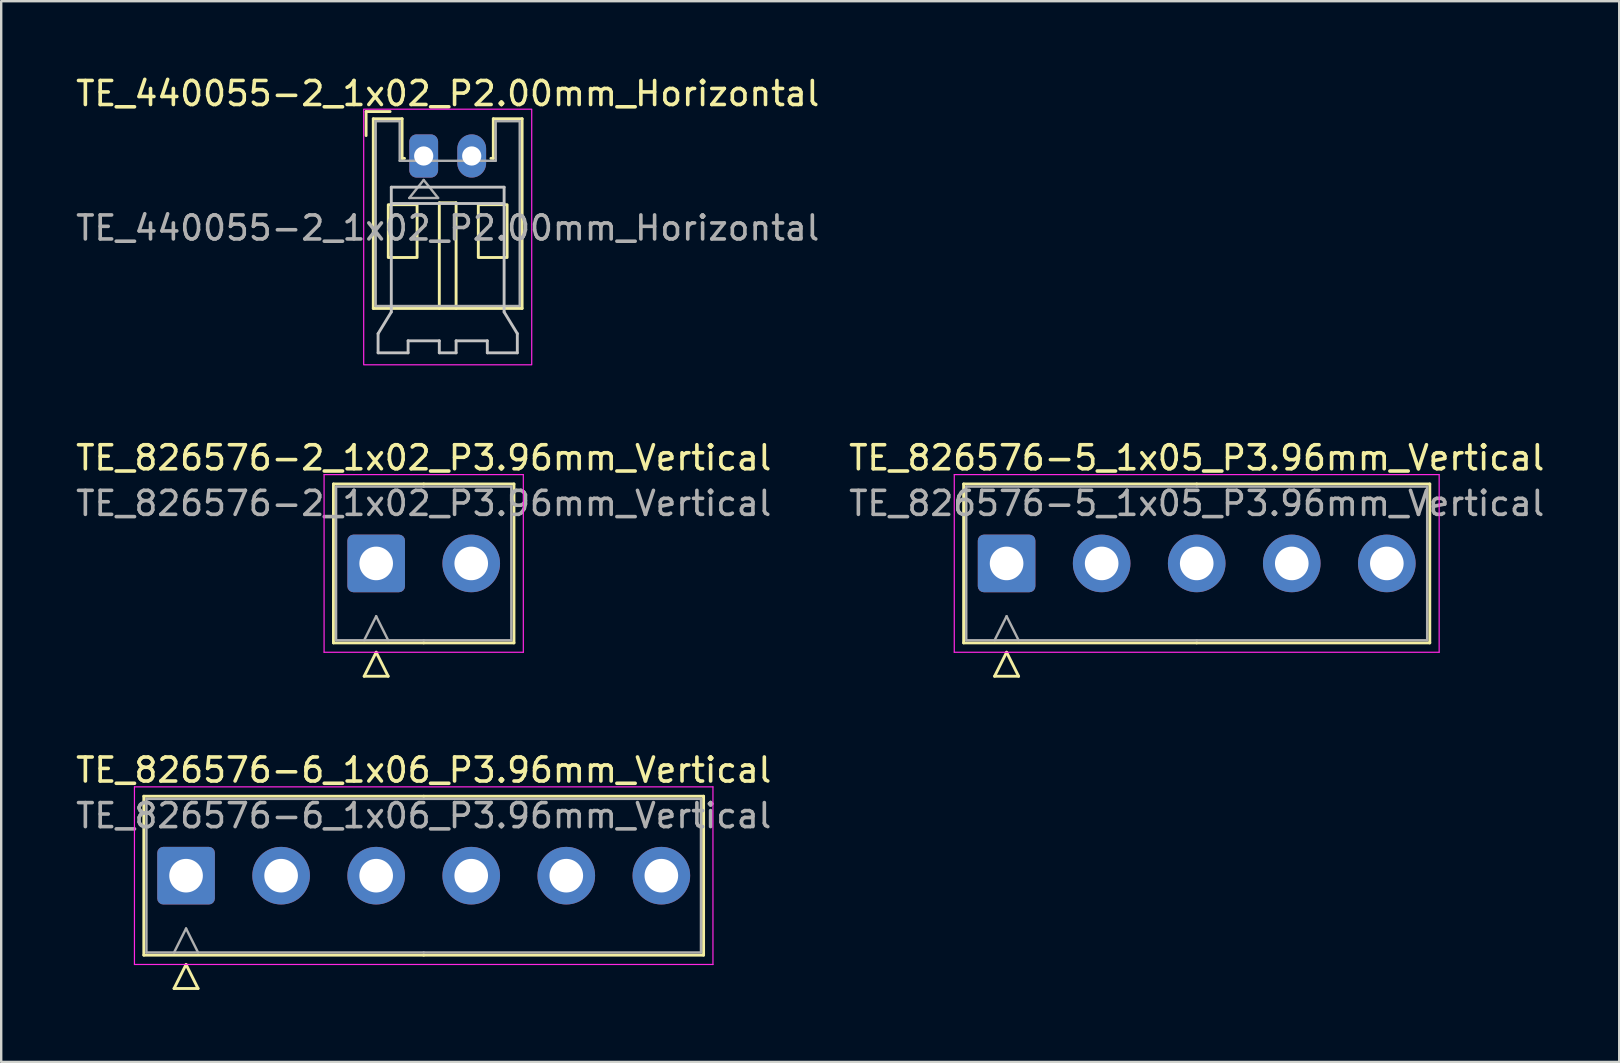
<source format=kicad_pcb>
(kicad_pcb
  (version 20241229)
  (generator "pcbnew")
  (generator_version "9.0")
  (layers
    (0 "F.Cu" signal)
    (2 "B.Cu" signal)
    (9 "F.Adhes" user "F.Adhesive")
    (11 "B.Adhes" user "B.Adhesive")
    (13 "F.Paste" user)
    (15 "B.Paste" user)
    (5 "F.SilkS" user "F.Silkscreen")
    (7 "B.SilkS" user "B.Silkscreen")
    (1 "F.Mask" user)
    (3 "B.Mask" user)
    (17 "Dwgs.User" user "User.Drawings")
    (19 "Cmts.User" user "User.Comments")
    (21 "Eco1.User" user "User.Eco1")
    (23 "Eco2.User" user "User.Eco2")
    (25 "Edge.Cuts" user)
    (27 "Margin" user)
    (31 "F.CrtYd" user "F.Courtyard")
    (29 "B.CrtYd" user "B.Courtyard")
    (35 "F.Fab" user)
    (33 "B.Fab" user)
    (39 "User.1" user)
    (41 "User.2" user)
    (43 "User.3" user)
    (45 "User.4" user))
  (footprint "TE_440055-2_1x02_P2.00mm_Horizontal"
    (layer "F.Cu")
    (at 14.601 3.448)
    (property "Reference" "TE_440055-2_1x02_P2.00mm_Horizontal" (at 1 -2.6 0) (unlocked yes) (layer "F.SilkS") (effects (font (size 1 1) (thickness 0.15))))
    (attr through_hole)
    (fp_line (start -2.4 -1.85) (end -2.4 -0.85) (stroke (width 0.12) (type solid)) (layer "F.SilkS"))
    (fp_line (start -2.4 -1.85) (end -1.4 -1.85) (stroke (width 0.12) (type solid)) (layer "F.SilkS"))
    (fp_line (start -2.1 -1.55) (end -2.1 6.35) (stroke (width 0.12) (type solid)) (layer "F.SilkS"))
    (fp_line (start -2.1 6.35) (end 4.1 6.35) (stroke (width 0.12) (type solid)) (layer "F.SilkS"))
    (fp_line (start -0.9 -1.55) (end -2.1 -1.55) (stroke (width 0.12) (type solid)) (layer "F.SilkS"))
    (fp_line (start -0.9 0.1) (end -0.9 -1.55) (stroke (width 0.12) (type solid)) (layer "F.SilkS"))
    (fp_line (start -0.8 0.1) (end -0.9 0.1) (stroke (width 0.12) (type solid)) (layer "F.SilkS"))
    (fp_line (start 0.65 1.95) (end 0.65 6.35) (stroke (width 0.12) (type solid)) (layer "F.SilkS"))
    (fp_line (start 0.65 1.95) (end 1.35 1.95) (stroke (width 0.12) (type solid)) (layer "F.SilkS"))
    (fp_line (start 1.35 1.95) (end 1.35 6.35) (stroke (width 0.12) (type solid)) (layer "F.SilkS"))
    (fp_line (start 2.9 -1.55) (end 2.9 0.1) (stroke (width 0.12) (type solid)) (layer "F.SilkS"))
    (fp_line (start 2.9 0.1) (end 2.8 0.1) (stroke (width 0.12) (type solid)) (layer "F.SilkS"))
    (fp_line (start 4.1 -1.55) (end 2.9 -1.55) (stroke (width 0.12) (type solid)) (layer "F.SilkS"))
    (fp_line (start 4.1 6.35) (end 4.1 -1.55) (stroke (width 0.12) (type solid)) (layer "F.SilkS"))
    (fp_rect (start -1.475 2.03) (end -0.275 4.23) (stroke (width 0.12) (type solid)) (fill no) (layer "F.SilkS"))
    (fp_rect (start 2.275 2.03) (end 3.475 4.23) (stroke (width 0.12) (type solid)) (fill no) (layer "F.SilkS"))
    (fp_line (start -1.9 7.4) (end -1.9 8.2) (stroke (width 0.12) (type solid)) (layer "Dwgs.User"))
    (fp_line (start -1.9 8.2) (end -0.65 8.2) (stroke (width 0.12) (type solid)) (layer "Dwgs.User"))
    (fp_line (start -1.35 1.3) (end 3.35 1.3) (stroke (width 0.12) (type solid)) (layer "Dwgs.User"))
    (fp_line (start -1.35 1.98) (end 3.35 1.98) (stroke (width 0.12) (type solid)) (layer "Dwgs.User"))
    (fp_line (start -1.35 6.5) (end -1.9 7.4) (stroke (width 0.12) (type solid)) (layer "Dwgs.User"))
    (fp_line (start -1.35 6.5) (end -1.35 1.3) (stroke (width 0.12) (type solid)) (layer "Dwgs.User"))
    (fp_line (start -0.65 8.2) (end -0.65 7.7) (stroke (width 0.12) (type solid)) (layer "Dwgs.User"))
    (fp_line (start 0.65 7.7) (end -0.65 7.7) (stroke (width 0.12) (type solid)) (layer "Dwgs.User"))
    (fp_line (start 0.65 7.7) (end 0.65 8.2) (stroke (width 0.12) (type solid)) (layer "Dwgs.User"))
    (fp_line (start 0.65 8.2) (end 1.35 8.2) (stroke (width 0.12) (type solid)) (layer "Dwgs.User"))
    (fp_line (start 1.35 7.7) (end 1.35 8.2) (stroke (width 0.12) (type solid)) (layer "Dwgs.User"))
    (fp_line (start 2.65 7.7) (end 1.35 7.7) (stroke (width 0.12) (type solid)) (layer "Dwgs.User"))
    (fp_line (start 2.65 7.7) (end 2.65 8.2) (stroke (width 0.12) (type solid)) (layer "Dwgs.User"))
    (fp_line (start 2.65 8.2) (end 3.9 8.2) (stroke (width 0.12) (type solid)) (layer "Dwgs.User"))
    (fp_line (start 3.35 6.5) (end 3.35 1.3) (stroke (width 0.12) (type solid)) (layer "Dwgs.User"))
    (fp_line (start 3.35 6.5) (end 3.9 7.4) (stroke (width 0.12) (type solid)) (layer "Dwgs.User"))
    (fp_line (start 3.9 7.4) (end 3.9 8.2) (stroke (width 0.12) (type solid)) (layer "Dwgs.User"))
    (fp_rect (start -2.5 -1.95) (end 4.5 8.7) (stroke (width 0.05) (type solid)) (fill no) (layer "F.CrtYd"))
    (fp_line (start -2 -1.45) (end -2 6.25) (stroke (width 0.1) (type solid)) (layer "F.Fab"))
    (fp_line (start -2 -1.45) (end -1 -1.45) (stroke (width 0.1) (type solid)) (layer "F.Fab"))
    (fp_line (start -1 0.2) (end -1 -1.45) (stroke (width 0.1) (type solid)) (layer "F.Fab"))
    (fp_line (start -1 0.2) (end 3 0.2) (stroke (width 0.1) (type solid)) (layer "F.Fab"))
    (fp_line (start -0.6 1.75) (end 0 1) (stroke (width 0.1) (type solid)) (layer "F.Fab"))
    (fp_line (start -0.6 1.75) (end 0.6 1.75) (stroke (width 0.1) (type solid)) (layer "F.Fab"))
    (fp_line (start 0 1) (end 0.6 1.75) (stroke (width 0.1) (type solid)) (layer "F.Fab"))
    (fp_line (start 3 -1.45) (end 3 0.2) (stroke (width 0.1) (type solid)) (layer "F.Fab"))
    (fp_line (start 3 -1.45) (end 4 -1.45) (stroke (width 0.1) (type solid)) (layer "F.Fab"))
    (fp_line (start 4 6.25) (end -2 6.25) (stroke (width 0.1) (type solid)) (layer "F.Fab"))
    (fp_line (start 4 6.25) (end 4 -1.45) (stroke (width 0.1) (type solid)) (layer "F.Fab"))
    (fp_text user "${REFERENCE}" (at 1 3 0) (unlocked yes) (layer "F.Fab") (effects (font (size 1 1) (thickness 0.15))))
    (pad "1" thru_hole roundrect (at 0 0) (size 1.2 1.8) (drill 0.8) (layers "*.Cu" "*.Mask") (roundrect_rratio 0.25))
    (pad "2" thru_hole oval (at 2 0) (size 1.2 1.8) (drill 0.8) (layers "*.Cu" "*.Mask")))
  (footprint "TE_826576-5_1x05_P3.96mm_Vertical"
    (layer "F.Cu")
    (at 38.884 20.422)
    (property "Reference" "TE_826576-5_1x05_P3.96mm_Vertical" (at 7.92 -4.4 0) (layer "F.SilkS") (effects (font (size 1 1) (thickness 0.15))))
    (attr through_hole)
    (fp_line (start -1.79 -3.31) (end -1.79 3.31) (stroke (width 0.12) (type solid)) (layer "F.SilkS"))
    (fp_line (start -1.79 3.31) (end 7.92 3.31) (stroke (width 0.12) (type solid)) (layer "F.SilkS"))
    (fp_line (start -0.5 4.7) (end 0 3.7) (stroke (width 0.12) (type solid)) (layer "F.SilkS"))
    (fp_line (start 0 3.7) (end 0.5 4.7) (stroke (width 0.12) (type solid)) (layer "F.SilkS"))
    (fp_line (start 0.5 4.7) (end -0.5 4.7) (stroke (width 0.12) (type solid)) (layer "F.SilkS"))
    (fp_line (start 7.92 -3.31) (end -1.79 -3.31) (stroke (width 0.12) (type solid)) (layer "F.SilkS"))
    (fp_line (start 7.92 -3.31) (end 17.63 -3.31) (stroke (width 0.12) (type solid)) (layer "F.SilkS"))
    (fp_line (start 17.63 -3.31) (end 17.63 3.31) (stroke (width 0.12) (type solid)) (layer "F.SilkS"))
    (fp_line (start 17.63 3.31) (end 7.92 3.31) (stroke (width 0.12) (type solid)) (layer "F.SilkS"))
    (fp_line (start -2.18 -3.7) (end -2.18 3.7) (stroke (width 0.05) (type solid)) (layer "F.CrtYd"))
    (fp_line (start -2.18 3.7) (end 18.02 3.7) (stroke (width 0.05) (type solid)) (layer "F.CrtYd"))
    (fp_line (start 18.02 -3.7) (end -2.18 -3.7) (stroke (width 0.05) (type solid)) (layer "F.CrtYd"))
    (fp_line (start 18.02 3.7) (end 18.02 -3.7) (stroke (width 0.05) (type solid)) (layer "F.CrtYd"))
    (fp_line (start -1.68 -3.2) (end -1.68 3.2) (stroke (width 0.1) (type solid)) (layer "F.Fab"))
    (fp_line (start -1.68 3.2) (end 7.92 3.2) (stroke (width 0.1) (type solid)) (layer "F.Fab"))
    (fp_line (start -0.5 3.2) (end 0 2.2) (stroke (width 0.1) (type solid)) (layer "F.Fab"))
    (fp_line (start 0 2.2) (end 0.5 3.2) (stroke (width 0.1) (type solid)) (layer "F.Fab"))
    (fp_line (start 7.92 -3.2) (end -1.68 -3.2) (stroke (width 0.1) (type solid)) (layer "F.Fab"))
    (fp_line (start 7.92 -3.2) (end 17.52 -3.2) (stroke (width 0.1) (type solid)) (layer "F.Fab"))
    (fp_line (start 17.52 -3.2) (end 17.52 3.2) (stroke (width 0.1) (type solid)) (layer "F.Fab"))
    (fp_line (start 17.52 3.2) (end 7.92 3.2) (stroke (width 0.1) (type solid)) (layer "F.Fab"))
    (fp_text user "${REFERENCE}" (at 7.92 -2.5 0) (layer "F.Fab") (effects (font (size 1 1) (thickness 0.15))))
    (pad "1" thru_hole roundrect (at 0 0) (size 2.4 2.4) (drill 1.4) (layers "*.Cu" "*.Mask") (roundrect_rratio 0.104))
    (pad "2" thru_hole circle (at 3.96 0) (size 2.4 2.4) (drill 1.4) (layers "*.Cu" "*.Mask"))
    (pad "3" thru_hole circle (at 7.92 0) (size 2.4 2.4) (drill 1.4) (layers "*.Cu" "*.Mask"))
    (pad "4" thru_hole circle (at 11.88 0) (size 2.4 2.4) (drill 1.4) (layers "*.Cu" "*.Mask"))
    (pad "5" thru_hole circle (at 15.84 0) (size 2.4 2.4) (drill 1.4) (layers "*.Cu" "*.Mask")))
  (footprint "TE_826576-6_1x06_P3.96mm_Vertical"
    (layer "F.Cu")
    (at 4.701 33.43)
    (property "Reference" "TE_826576-6_1x06_P3.96mm_Vertical" (at 9.9 -4.4 0) (layer "F.SilkS") (effects (font (size 1 1) (thickness 0.15))))
    (attr through_hole)
    (fp_line (start -1.76 -3.31) (end -1.76 3.31) (stroke (width 0.12) (type solid)) (layer "F.SilkS"))
    (fp_line (start -1.76 3.31) (end 9.9 3.31) (stroke (width 0.12) (type solid)) (layer "F.SilkS"))
    (fp_line (start -0.5 4.7) (end 0 3.7) (stroke (width 0.12) (type solid)) (layer "F.SilkS"))
    (fp_line (start 0 3.7) (end 0.5 4.7) (stroke (width 0.12) (type solid)) (layer "F.SilkS"))
    (fp_line (start 0.5 4.7) (end -0.5 4.7) (stroke (width 0.12) (type solid)) (layer "F.SilkS"))
    (fp_line (start 9.9 -3.31) (end -1.76 -3.31) (stroke (width 0.12) (type solid)) (layer "F.SilkS"))
    (fp_line (start 9.9 -3.31) (end 21.56 -3.31) (stroke (width 0.12) (type solid)) (layer "F.SilkS"))
    (fp_line (start 21.56 -3.31) (end 21.56 3.31) (stroke (width 0.12) (type solid)) (layer "F.SilkS"))
    (fp_line (start 21.56 3.31) (end 9.9 3.31) (stroke (width 0.12) (type solid)) (layer "F.SilkS"))
    (fp_line (start -2.15 -3.7) (end -2.15 3.7) (stroke (width 0.05) (type solid)) (layer "F.CrtYd"))
    (fp_line (start -2.15 3.7) (end 21.95 3.7) (stroke (width 0.05) (type solid)) (layer "F.CrtYd"))
    (fp_line (start 21.95 -3.7) (end -2.15 -3.7) (stroke (width 0.05) (type solid)) (layer "F.CrtYd"))
    (fp_line (start 21.95 3.7) (end 21.95 -3.7) (stroke (width 0.05) (type solid)) (layer "F.CrtYd"))
    (fp_line (start -1.65 -3.2) (end -1.65 3.2) (stroke (width 0.1) (type solid)) (layer "F.Fab"))
    (fp_line (start -1.65 3.2) (end 9.9 3.2) (stroke (width 0.1) (type solid)) (layer "F.Fab"))
    (fp_line (start -0.5 3.2) (end 0 2.2) (stroke (width 0.1) (type solid)) (layer "F.Fab"))
    (fp_line (start 0 2.2) (end 0.5 3.2) (stroke (width 0.1) (type solid)) (layer "F.Fab"))
    (fp_line (start 9.9 -3.2) (end -1.65 -3.2) (stroke (width 0.1) (type solid)) (layer "F.Fab"))
    (fp_line (start 9.9 -3.2) (end 21.45 -3.2) (stroke (width 0.1) (type solid)) (layer "F.Fab"))
    (fp_line (start 21.45 -3.2) (end 21.45 3.2) (stroke (width 0.1) (type solid)) (layer "F.Fab"))
    (fp_line (start 21.45 3.2) (end 9.9 3.2) (stroke (width 0.1) (type solid)) (layer "F.Fab"))
    (fp_text user "${REFERENCE}" (at 9.9 -2.5 0) (layer "F.Fab") (effects (font (size 1 1) (thickness 0.15))))
    (pad "1" thru_hole roundrect (at 0 0) (size 2.4 2.4) (drill 1.4) (layers "*.Cu" "*.Mask") (roundrect_rratio 0.104))
    (pad "2" thru_hole circle (at 3.96 0) (size 2.4 2.4) (drill 1.4) (layers "*.Cu" "*.Mask"))
    (pad "3" thru_hole circle (at 7.92 0) (size 2.4 2.4) (drill 1.4) (layers "*.Cu" "*.Mask"))
    (pad "4" thru_hole circle (at 11.88 0) (size 2.4 2.4) (drill 1.4) (layers "*.Cu" "*.Mask"))
    (pad "5" thru_hole circle (at 15.84 0) (size 2.4 2.4) (drill 1.4) (layers "*.Cu" "*.Mask"))
    (pad "6" thru_hole circle (at 19.8 0) (size 2.4 2.4) (drill 1.4) (layers "*.Cu" "*.Mask")))
  (footprint "TE_826576-2_1x02_P3.96mm_Vertical"
    (layer "F.Cu")
    (at 12.621 20.422)
    (property "Reference" "TE_826576-2_1x02_P3.96mm_Vertical" (at 1.98 -4.4 0) (layer "F.SilkS") (effects (font (size 1 1) (thickness 0.15))))
    (attr through_hole)
    (fp_line (start -1.78 -3.31) (end -1.78 3.31) (stroke (width 0.12) (type solid)) (layer "F.SilkS"))
    (fp_line (start -1.78 3.31) (end 1.98 3.31) (stroke (width 0.12) (type solid)) (layer "F.SilkS"))
    (fp_line (start -0.5 4.7) (end 0 3.7) (stroke (width 0.12) (type solid)) (layer "F.SilkS"))
    (fp_line (start 0 3.7) (end 0.5 4.7) (stroke (width 0.12) (type solid)) (layer "F.SilkS"))
    (fp_line (start 0.5 4.7) (end -0.5 4.7) (stroke (width 0.12) (type solid)) (layer "F.SilkS"))
    (fp_line (start 1.98 -3.31) (end -1.78 -3.31) (stroke (width 0.12) (type solid)) (layer "F.SilkS"))
    (fp_line (start 1.98 -3.31) (end 5.74 -3.31) (stroke (width 0.12) (type solid)) (layer "F.SilkS"))
    (fp_line (start 5.74 -3.31) (end 5.74 3.31) (stroke (width 0.12) (type solid)) (layer "F.SilkS"))
    (fp_line (start 5.74 3.31) (end 1.98 3.31) (stroke (width 0.12) (type solid)) (layer "F.SilkS"))
    (fp_line (start -2.17 -3.7) (end -2.17 3.7) (stroke (width 0.05) (type solid)) (layer "F.CrtYd"))
    (fp_line (start -2.17 3.7) (end 6.13 3.7) (stroke (width 0.05) (type solid)) (layer "F.CrtYd"))
    (fp_line (start 6.13 -3.7) (end -2.17 -3.7) (stroke (width 0.05) (type solid)) (layer "F.CrtYd"))
    (fp_line (start 6.13 3.7) (end 6.13 -3.7) (stroke (width 0.05) (type solid)) (layer "F.CrtYd"))
    (fp_line (start -1.67 -3.2) (end -1.67 3.2) (stroke (width 0.1) (type solid)) (layer "F.Fab"))
    (fp_line (start -1.67 3.2) (end 1.98 3.2) (stroke (width 0.1) (type solid)) (layer "F.Fab"))
    (fp_line (start -0.5 3.2) (end 0 2.2) (stroke (width 0.1) (type solid)) (layer "F.Fab"))
    (fp_line (start 0 2.2) (end 0.5 3.2) (stroke (width 0.1) (type solid)) (layer "F.Fab"))
    (fp_line (start 1.98 -3.2) (end -1.67 -3.2) (stroke (width 0.1) (type solid)) (layer "F.Fab"))
    (fp_line (start 1.98 -3.2) (end 5.63 -3.2) (stroke (width 0.1) (type solid)) (layer "F.Fab"))
    (fp_line (start 5.63 -3.2) (end 5.63 3.2) (stroke (width 0.1) (type solid)) (layer "F.Fab"))
    (fp_line (start 5.63 3.2) (end 1.98 3.2) (stroke (width 0.1) (type solid)) (layer "F.Fab"))
    (fp_text user "${REFERENCE}" (at 1.98 -2.5 0) (layer "F.Fab") (effects (font (size 1 1) (thickness 0.15))))
    (pad "1" thru_hole roundrect (at 0 0) (size 2.4 2.4) (drill 1.4) (layers "*.Cu" "*.Mask") (roundrect_rratio 0.104))
    (pad "2" thru_hole circle (at 3.96 0) (size 2.4 2.4) (drill 1.4) (layers "*.Cu" "*.Mask")))
  (gr_rect
    (start -3 -3)
    (end 64.405 41.19)
    (stroke (width 0.1) (type default))
    (fill no)
    (layer "Edge.Cuts")))
</source>
